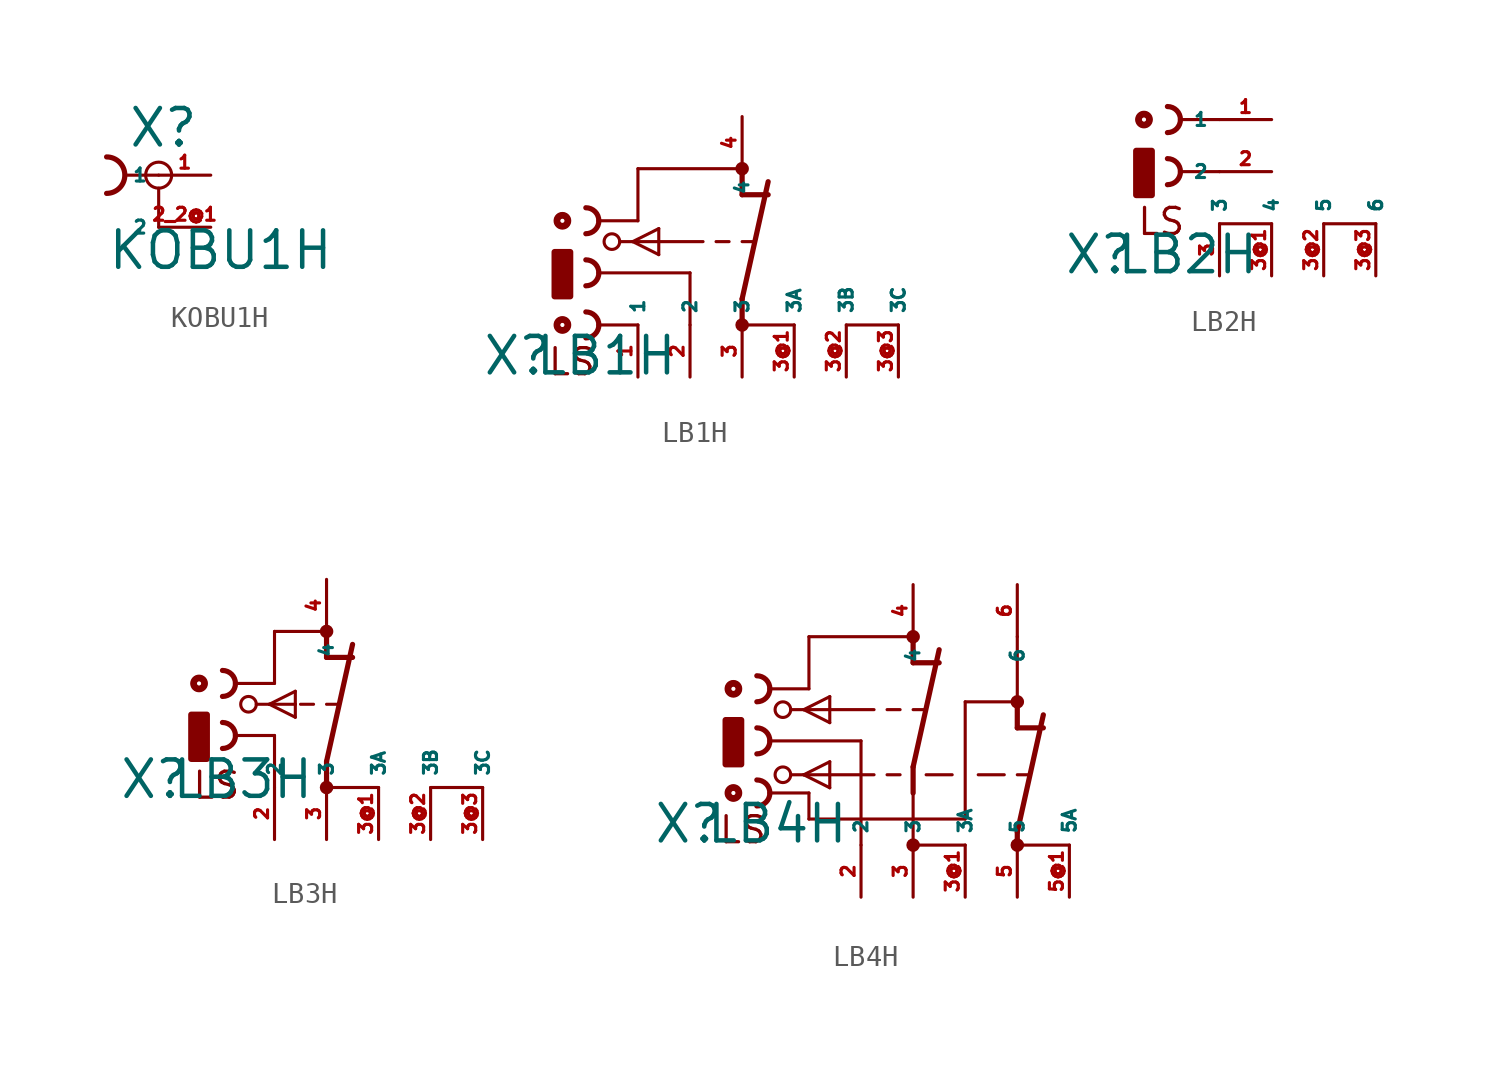
<source format=kicad_sym>
(kicad_symbol_lib
  (version 20220914)
  (generator Eagle2Kicad)
  (symbol "KOBU1H"
    (property "Reference" "X"
      (at -1.524 1.27 0)
      (effects (font (size 1.778 1.778) (thickness 0.22)) (justify left bottom)))
    (property "Value" "KOBU1H"
      (at -2.54 -4.699 0)
      (effects (font (size 1.778 1.778) (thickness 0.22)) (justify left bottom)))
    (arc
      (start -2.54 -0.889)
      (mid -1.651 0.000)
      (end -2.54 0.889)
      (stroke (width 0.254) (type default))
      (fill (type none)))
    (polyline
      (pts (xy 0 -2.54) (xy 0 -0.635))
      (stroke (width 0.152) (type default))
      (fill (type none)))
    (polyline
      (pts (xy -1.524 0) (xy 0 0))
      (stroke (width 0.152) (type default))
      (fill (type none)))
    (circle
      (center 0 0)
      (radius 0.635)
      (stroke (width 0.152) (type default))
      (fill (type none)))
    (pin passive line
      (at 2.54 0 180)
      (length 2.54)
      (name "1" (effects (font (size 0.635 0.635) (thickness 0.08)) (justify left bottom)))
      (number "1" (effects (font (size 0.635 0.635) (thickness 0.08)) (justify left bottom))))
    (pin passive line
      (at 2.54 -2.54 180)
      (length 2.54)
      (name "2" (effects (font (size 0.635 0.635) (thickness 0.08)) (justify left bottom)))
      (number "2 2@1" (effects (font (size 0.635 0.635) (thickness 0.08)) (justify left bottom)))))
  (symbol "LB1H"
    (property "Reference" "X"
      (at -5.08 -5.08 0)
      (effects (font (size 1.778 1.778) (thickness 0.22)) (justify left bottom)))
    (property "Value" "LB1H"
      (at -2.54 -5.08 0)
      (effects (font (size 1.778 1.778) (thickness 0.22)) (justify left bottom)))
    (polyline
      (pts (xy 7.62 -2.54) (xy 7.62 -1.27))
      (stroke (width 0.254) (type default))
      (fill (type none)))
    (polyline
      (pts (xy 7.62 -1.27) (xy 8.89 4.445))
      (stroke (width 0.254) (type default))
      (fill (type none)))
    (polyline
      (pts (xy 7.62 3.81) (xy 8.89 3.81))
      (stroke (width 0.254) (type default))
      (fill (type none)))
    (polyline
      (pts (xy 7.62 3.81) (xy 7.62 5.08))
      (stroke (width 0.254) (type default))
      (fill (type none)))
    (polyline
      (pts (xy 7.62 1.524) (xy 8.255 1.524))
      (stroke (width 0.152) (type default))
      (fill (type none)))
    (polyline
      (pts (xy 3.556 1.524) (xy 5.715 1.524))
      (stroke (width 0.152) (type default))
      (fill (type none)))
    (polyline
      (pts (xy 1.651 1.524) (xy 2.286 1.524))
      (stroke (width 0.152) (type default))
      (fill (type none)))
    (polyline
      (pts (xy 2.286 1.524) (xy 3.556 2.159))
      (stroke (width 0.152) (type default))
      (fill (type none)))
    (polyline
      (pts (xy 3.556 2.159) (xy 3.556 1.524))
      (stroke (width 0.152) (type default))
      (fill (type none)))
    (polyline
      (pts (xy 3.556 0.889) (xy 2.286 1.524))
      (stroke (width 0.152) (type default))
      (fill (type none)))
    (polyline
      (pts (xy 2.286 1.524) (xy 3.556 1.524))
      (stroke (width 0.152) (type default))
      (fill (type none)))
    (polyline
      (pts (xy 3.556 1.524) (xy 3.556 0.889))
      (stroke (width 0.152) (type default))
      (fill (type none)))
    (arc
      (start 0.635 0)
      (mid 0.449 0.449)
      (end 0 0.635)
      (stroke (width 0.254) (type default))
      (fill (type none)))
    (arc
      (start 0 -0.635)
      (mid 0.449 -0.449)
      (end 0.635 0)
      (stroke (width 0.254) (type default))
      (fill (type none)))
    (polyline
      (pts (xy 6.35 1.524) (xy 6.985 1.524))
      (stroke (width 0.152) (type default))
      (fill (type none)))
    (arc
      (start 0.635 -2.54)
      (mid 0.449 -2.091)
      (end 0 -1.905)
      (stroke (width 0.254) (type default))
      (fill (type none)))
    (arc
      (start 0 -3.175)
      (mid 0.449 -2.989)
      (end 0.635 -2.54)
      (stroke (width 0.254) (type default))
      (fill (type none)))
    (arc
      (start 0.635 2.54)
      (mid 0.449 2.989)
      (end 0 3.175)
      (stroke (width 0.254) (type default))
      (fill (type none)))
    (arc
      (start 0 1.905)
      (mid 0.449 2.091)
      (end 0.635 2.54)
      (stroke (width 0.254) (type default))
      (fill (type none)))
    (polyline
      (pts (xy 0.635 2.54) (xy 2.54 2.54))
      (stroke (width 0.152) (type default))
      (fill (type none)))
    (polyline
      (pts (xy 0.635 0) (xy 5.08 0))
      (stroke (width 0.152) (type default))
      (fill (type none)))
    (polyline
      (pts (xy 0.635 -2.54) (xy 2.54 -2.54))
      (stroke (width 0.152) (type default))
      (fill (type none)))
    (polyline
      (pts (xy 5.08 0) (xy 5.08 -2.54))
      (stroke (width 0.152) (type default))
      (fill (type none)))
    (polyline
      (pts (xy 2.54 2.54) (xy 2.54 5.08))
      (stroke (width 0.152) (type default))
      (fill (type none)))
    (polyline
      (pts (xy 2.54 5.08) (xy 7.62 5.08))
      (stroke (width 0.152) (type default))
      (fill (type none)))
    (polyline
      (pts (xy 15.24 -2.54) (xy 12.7 -2.54))
      (stroke (width 0.152) (type default))
      (fill (type none)))
    (polyline
      (pts (xy 10.16 -2.54) (xy 7.62 -2.54))
      (stroke (width 0.152) (type default))
      (fill (type none)))
    (text "LS"
      (at -1.905 -5.08 0)
      (effects (font (size 1.27 1.27) (thickness 0.16)) (justify left bottom)))
    (circle
      (center 1.27 1.524)
      (radius 0.381)
      (stroke (width 0.152) (type default))
      (fill (type none)))
    (circle
      (center 7.62 5.08)
      (radius 0.178)
      (stroke (width 0.305) (type default))
      (fill (type none)))
    (circle
      (center -1.143 2.54)
      (radius 0.127)
      (stroke (width 0.305) (type default))
      (fill (type none)))
    (circle
      (center -1.143 -2.54)
      (radius 0.127)
      (stroke (width 0.305) (type default))
      (fill (type none)))
    (circle
      (center -1.143 2.54)
      (radius 0.254)
      (stroke (width 0.305) (type default))
      (fill (type none)))
    (circle
      (center -1.143 -2.54)
      (radius 0.254)
      (stroke (width 0.305) (type default))
      (fill (type none)))
    (circle
      (center 7.62 -2.54)
      (radius 0.178)
      (stroke (width 0.305) (type default))
      (fill (type none)))
    (rectangle
      (start -1.524 -1.143)
      (end -0.762 1.016)
      (stroke (width 0.3) (type default))
      (fill (type outline)))
    (pin passive line
      (at 7.62 -5.08 90)
      (length 2.54)
      (name "3" (effects (font (size 0.635 0.635) (thickness 0.08)) (justify left bottom)))
      (number "3" (effects (font (size 0.635 0.635) (thickness 0.08)) (justify left bottom))))
    (pin passive line
      (at 7.62 7.62 270)
      (length 2.54)
      (name "4" (effects (font (size 0.635 0.635) (thickness 0.08)) (justify left bottom)))
      (number "4" (effects (font (size 0.635 0.635) (thickness 0.08)) (justify left bottom))))
    (pin passive line
      (at 2.54 -5.08 90)
      (length 2.54)
      (name "1" (effects (font (size 0.635 0.635) (thickness 0.08)) (justify left bottom)))
      (number "1" (effects (font (size 0.635 0.635) (thickness 0.08)) (justify left bottom))))
    (pin passive line
      (at 5.08 -5.08 90)
      (length 2.54)
      (name "2" (effects (font (size 0.635 0.635) (thickness 0.08)) (justify left bottom)))
      (number "2" (effects (font (size 0.635 0.635) (thickness 0.08)) (justify left bottom))))
    (pin passive line
      (at 10.16 -5.08 90)
      (length 2.54)
      (name "3A" (effects (font (size 0.635 0.635) (thickness 0.08)) (justify left bottom)))
      (number "3@1" (effects (font (size 0.635 0.635) (thickness 0.08)) (justify left bottom))))
    (pin passive line
      (at 12.7 -5.08 90)
      (length 2.54)
      (name "3B" (effects (font (size 0.635 0.635) (thickness 0.08)) (justify left bottom)))
      (number "3@2" (effects (font (size 0.635 0.635) (thickness 0.08)) (justify left bottom))))
    (pin passive line
      (at 15.24 -5.08 90)
      (length 2.54)
      (name "3C" (effects (font (size 0.635 0.635) (thickness 0.08)) (justify left bottom)))
      (number "3@3" (effects (font (size 0.635 0.635) (thickness 0.08)) (justify left bottom)))))
  (symbol "LB2H"
    (property "Reference" "X"
      (at -5.08 -5.08 0)
      (effects (font (size 1.778 1.778) (thickness 0.22)) (justify left bottom)))
    (property "Value" "LB2H"
      (at -2.54 -5.08 0)
      (effects (font (size 1.778 1.778) (thickness 0.22)) (justify left bottom)))
    (arc
      (start 0.635 0)
      (mid 0.449 0.449)
      (end 0 0.635)
      (stroke (width 0.254) (type default))
      (fill (type none)))
    (arc
      (start 0 -0.635)
      (mid 0.449 -0.449)
      (end 0.635 0)
      (stroke (width 0.254) (type default))
      (fill (type none)))
    (arc
      (start 0.635 2.54)
      (mid 0.449 2.989)
      (end 0 3.175)
      (stroke (width 0.254) (type default))
      (fill (type none)))
    (arc
      (start 0 1.905)
      (mid 0.449 2.091)
      (end 0.635 2.54)
      (stroke (width 0.254) (type default))
      (fill (type none)))
    (polyline
      (pts (xy 0.635 0) (xy 2.54 0))
      (stroke (width 0.152) (type default))
      (fill (type none)))
    (polyline
      (pts (xy 0.635 2.54) (xy 2.54 2.54))
      (stroke (width 0.152) (type default))
      (fill (type none)))
    (polyline
      (pts (xy 2.54 -2.54) (xy 5.08 -2.54))
      (stroke (width 0.152) (type default))
      (fill (type none)))
    (polyline
      (pts (xy 7.62 -2.54) (xy 10.16 -2.54))
      (stroke (width 0.152) (type default))
      (fill (type none)))
    (text "LS"
      (at -1.524 -3.175 0)
      (effects (font (size 1.27 1.27) (thickness 0.16)) (justify left bottom)))
    (circle
      (center -1.143 2.54)
      (radius 0.127)
      (stroke (width 0.305) (type default))
      (fill (type none)))
    (circle
      (center -1.143 2.54)
      (radius 0.254)
      (stroke (width 0.305) (type default))
      (fill (type none)))
    (rectangle
      (start -1.524 -1.143)
      (end -0.762 1.016)
      (stroke (width 0.3) (type default))
      (fill (type outline)))
    (pin passive line
      (at 5.08 2.54 180)
      (length 2.54)
      (name "1" (effects (font (size 0.635 0.635) (thickness 0.08)) (justify left bottom)))
      (number "1" (effects (font (size 0.635 0.635) (thickness 0.08)) (justify left bottom))))
    (pin passive line
      (at 5.08 0 180)
      (length 2.54)
      (name "2" (effects (font (size 0.635 0.635) (thickness 0.08)) (justify left bottom)))
      (number "2" (effects (font (size 0.635 0.635) (thickness 0.08)) (justify left bottom))))
    (pin passive line
      (at 2.54 -5.08 90)
      (length 2.54)
      (name "3" (effects (font (size 0.635 0.635) (thickness 0.08)) (justify left bottom)))
      (number "3" (effects (font (size 0.635 0.635) (thickness 0.08)) (justify left bottom))))
    (pin passive line
      (at 5.08 -5.08 90)
      (length 2.54)
      (name "4" (effects (font (size 0.635 0.635) (thickness 0.08)) (justify left bottom)))
      (number "3@1" (effects (font (size 0.635 0.635) (thickness 0.08)) (justify left bottom))))
    (pin passive line
      (at 7.62 -5.08 90)
      (length 2.54)
      (name "5" (effects (font (size 0.635 0.635) (thickness 0.08)) (justify left bottom)))
      (number "3@2" (effects (font (size 0.635 0.635) (thickness 0.08)) (justify left bottom))))
    (pin passive line
      (at 10.16 -5.08 90)
      (length 2.54)
      (name "6" (effects (font (size 0.635 0.635) (thickness 0.08)) (justify left bottom)))
      (number "3@3" (effects (font (size 0.635 0.635) (thickness 0.08)) (justify left bottom)))))
  (symbol "LB3H"
    (property "Reference" "X"
      (at -2.54 -3.175 0)
      (effects (font (size 1.778 1.778) (thickness 0.22)) (justify left bottom)))
    (property "Value" "LB3H"
      (at 0 -3.175 0)
      (effects (font (size 1.778 1.778) (thickness 0.22)) (justify left bottom)))
    (polyline
      (pts (xy 7.62 -2.54) (xy 7.62 -1.27))
      (stroke (width 0.254) (type default))
      (fill (type none)))
    (polyline
      (pts (xy 7.62 -1.27) (xy 8.89 4.445))
      (stroke (width 0.254) (type default))
      (fill (type none)))
    (polyline
      (pts (xy 7.62 3.81) (xy 8.89 3.81))
      (stroke (width 0.254) (type default))
      (fill (type none)))
    (polyline
      (pts (xy 7.62 3.81) (xy 7.62 5.08))
      (stroke (width 0.254) (type default))
      (fill (type none)))
    (polyline
      (pts (xy 7.62 1.524) (xy 8.255 1.524))
      (stroke (width 0.152) (type default))
      (fill (type none)))
    (polyline
      (pts (xy 4.191 1.524) (xy 4.826 1.524))
      (stroke (width 0.152) (type default))
      (fill (type none)))
    (polyline
      (pts (xy 4.826 1.524) (xy 6.096 2.159))
      (stroke (width 0.152) (type default))
      (fill (type none)))
    (polyline
      (pts (xy 6.096 2.159) (xy 6.096 1.524))
      (stroke (width 0.152) (type default))
      (fill (type none)))
    (polyline
      (pts (xy 6.096 0.889) (xy 4.826 1.524))
      (stroke (width 0.152) (type default))
      (fill (type none)))
    (polyline
      (pts (xy 4.826 1.524) (xy 6.096 1.524))
      (stroke (width 0.152) (type default))
      (fill (type none)))
    (polyline
      (pts (xy 6.096 1.524) (xy 6.096 0.889))
      (stroke (width 0.152) (type default))
      (fill (type none)))
    (arc
      (start 3.175 0)
      (mid 2.989 0.449)
      (end 2.54 0.635)
      (stroke (width 0.254) (type default))
      (fill (type none)))
    (arc
      (start 2.54 -0.635)
      (mid 2.989 -0.449)
      (end 3.175 0)
      (stroke (width 0.254) (type default))
      (fill (type none)))
    (polyline
      (pts (xy 6.35 1.524) (xy 6.985 1.524))
      (stroke (width 0.152) (type default))
      (fill (type none)))
    (arc
      (start 3.175 2.54)
      (mid 2.989 2.989)
      (end 2.54 3.175)
      (stroke (width 0.254) (type default))
      (fill (type none)))
    (arc
      (start 2.54 1.905)
      (mid 2.989 2.091)
      (end 3.175 2.54)
      (stroke (width 0.254) (type default))
      (fill (type none)))
    (polyline
      (pts (xy 3.175 2.54) (xy 5.08 2.54))
      (stroke (width 0.152) (type default))
      (fill (type none)))
    (polyline
      (pts (xy 3.175 0) (xy 5.08 0))
      (stroke (width 0.152) (type default))
      (fill (type none)))
    (polyline
      (pts (xy 5.08 0) (xy 5.08 -2.54))
      (stroke (width 0.152) (type default))
      (fill (type none)))
    (polyline
      (pts (xy 5.08 2.54) (xy 5.08 5.08))
      (stroke (width 0.152) (type default))
      (fill (type none)))
    (polyline
      (pts (xy 5.08 5.08) (xy 7.62 5.08))
      (stroke (width 0.152) (type default))
      (fill (type none)))
    (polyline
      (pts (xy 10.16 -2.54) (xy 7.62 -2.54))
      (stroke (width 0.152) (type default))
      (fill (type none)))
    (polyline
      (pts (xy 15.24 -2.54) (xy 12.7 -2.54))
      (stroke (width 0.152) (type default))
      (fill (type none)))
    (text "LS"
      (at 1.016 -3.175 0)
      (effects (font (size 1.27 1.27) (thickness 0.16)) (justify left bottom)))
    (circle
      (center 3.81 1.524)
      (radius 0.381)
      (stroke (width 0.152) (type default))
      (fill (type none)))
    (circle
      (center 7.62 5.08)
      (radius 0.178)
      (stroke (width 0.305) (type default))
      (fill (type none)))
    (circle
      (center 1.397 2.54)
      (radius 0.127)
      (stroke (width 0.305) (type default))
      (fill (type none)))
    (circle
      (center 1.397 2.54)
      (radius 0.254)
      (stroke (width 0.305) (type default))
      (fill (type none)))
    (circle
      (center 7.62 -2.54)
      (radius 0.178)
      (stroke (width 0.305) (type default))
      (fill (type none)))
    (rectangle
      (start 1.016 -1.143)
      (end 1.778 1.016)
      (stroke (width 0.3) (type default))
      (fill (type outline)))
    (pin passive line
      (at 7.62 -5.08 90)
      (length 2.54)
      (name "3" (effects (font (size 0.635 0.635) (thickness 0.08)) (justify left bottom)))
      (number "3" (effects (font (size 0.635 0.635) (thickness 0.08)) (justify left bottom))))
    (pin passive line
      (at 7.62 7.62 270)
      (length 2.54)
      (name "4" (effects (font (size 0.635 0.635) (thickness 0.08)) (justify left bottom)))
      (number "4" (effects (font (size 0.635 0.635) (thickness 0.08)) (justify left bottom))))
    (pin passive line
      (at 5.08 -5.08 90)
      (length 2.54)
      (name "2" (effects (font (size 0.635 0.635) (thickness 0.08)) (justify left bottom)))
      (number "2" (effects (font (size 0.635 0.635) (thickness 0.08)) (justify left bottom))))
    (pin passive line
      (at 10.16 -5.08 90)
      (length 2.54)
      (name "3A" (effects (font (size 0.635 0.635) (thickness 0.08)) (justify left bottom)))
      (number "3@1" (effects (font (size 0.635 0.635) (thickness 0.08)) (justify left bottom))))
    (pin passive line
      (at 12.7 -5.08 90)
      (length 2.54)
      (name "3B" (effects (font (size 0.635 0.635) (thickness 0.08)) (justify left bottom)))
      (number "3@2" (effects (font (size 0.635 0.635) (thickness 0.08)) (justify left bottom))))
    (pin passive line
      (at 15.24 -5.08 90)
      (length 2.54)
      (name "3C" (effects (font (size 0.635 0.635) (thickness 0.08)) (justify left bottom)))
      (number "3@3" (effects (font (size 0.635 0.635) (thickness 0.08)) (justify left bottom)))))
  (symbol "LB4H"
    (property "Reference" "X"
      (at -5.08 -5.08 0)
      (effects (font (size 1.778 1.778) (thickness 0.22)) (justify left bottom)))
    (property "Value" "LB4H"
      (at -2.54 -5.08 0)
      (effects (font (size 1.778 1.778) (thickness 0.22)) (justify left bottom)))
    (polyline
      (pts (xy 7.62 -2.54) (xy 7.62 -1.27))
      (stroke (width 0.254) (type default))
      (fill (type none)))
    (polyline
      (pts (xy 7.62 -1.27) (xy 8.89 4.445))
      (stroke (width 0.254) (type default))
      (fill (type none)))
    (polyline
      (pts (xy 7.62 3.81) (xy 8.89 3.81))
      (stroke (width 0.254) (type default))
      (fill (type none)))
    (polyline
      (pts (xy 7.62 3.81) (xy 7.62 5.08))
      (stroke (width 0.254) (type default))
      (fill (type none)))
    (polyline
      (pts (xy 7.62 1.524) (xy 8.255 1.524))
      (stroke (width 0.152) (type default))
      (fill (type none)))
    (polyline
      (pts (xy 3.556 1.524) (xy 5.715 1.524))
      (stroke (width 0.152) (type default))
      (fill (type none)))
    (polyline
      (pts (xy 1.651 1.524) (xy 2.286 1.524))
      (stroke (width 0.152) (type default))
      (fill (type none)))
    (polyline
      (pts (xy 2.286 1.524) (xy 3.556 2.159))
      (stroke (width 0.152) (type default))
      (fill (type none)))
    (polyline
      (pts (xy 3.556 2.159) (xy 3.556 1.524))
      (stroke (width 0.152) (type default))
      (fill (type none)))
    (polyline
      (pts (xy 3.556 0.889) (xy 2.286 1.524))
      (stroke (width 0.152) (type default))
      (fill (type none)))
    (polyline
      (pts (xy 2.286 1.524) (xy 3.556 1.524))
      (stroke (width 0.152) (type default))
      (fill (type none)))
    (polyline
      (pts (xy 3.556 1.524) (xy 3.556 0.889))
      (stroke (width 0.152) (type default))
      (fill (type none)))
    (arc
      (start 0.635 0)
      (mid 0.449 0.449)
      (end 0 0.635)
      (stroke (width 0.254) (type default))
      (fill (type none)))
    (arc
      (start 0 -0.635)
      (mid 0.449 -0.449)
      (end 0.635 0)
      (stroke (width 0.254) (type default))
      (fill (type none)))
    (polyline
      (pts (xy 6.35 1.524) (xy 6.985 1.524))
      (stroke (width 0.152) (type default))
      (fill (type none)))
    (arc
      (start 0.635 -2.54)
      (mid 0.449 -2.091)
      (end 0 -1.905)
      (stroke (width 0.254) (type default))
      (fill (type none)))
    (arc
      (start 0 -3.175)
      (mid 0.449 -2.989)
      (end 0.635 -2.54)
      (stroke (width 0.254) (type default))
      (fill (type none)))
    (arc
      (start 0.635 2.54)
      (mid 0.449 2.989)
      (end 0 3.175)
      (stroke (width 0.254) (type default))
      (fill (type none)))
    (arc
      (start 0 1.905)
      (mid 0.449 2.091)
      (end 0.635 2.54)
      (stroke (width 0.254) (type default))
      (fill (type none)))
    (polyline
      (pts (xy 0.635 2.54) (xy 2.54 2.54))
      (stroke (width 0.152) (type default))
      (fill (type none)))
    (polyline
      (pts (xy 0.635 0) (xy 5.08 0))
      (stroke (width 0.152) (type default))
      (fill (type none)))
    (polyline
      (pts (xy 0.635 -2.54) (xy 2.54 -2.54))
      (stroke (width 0.152) (type default))
      (fill (type none)))
    (polyline
      (pts (xy 2.54 2.54) (xy 2.54 5.08))
      (stroke (width 0.152) (type default))
      (fill (type none)))
    (polyline
      (pts (xy 2.54 5.08) (xy 7.62 5.08))
      (stroke (width 0.152) (type default))
      (fill (type none)))
    (polyline
      (pts (xy 12.7 -5.08) (xy 12.7 -4.445))
      (stroke (width 0.254) (type default))
      (fill (type none)))
    (polyline
      (pts (xy 12.7 -4.445) (xy 13.97 1.27))
      (stroke (width 0.254) (type default))
      (fill (type none)))
    (polyline
      (pts (xy 12.7 0.635) (xy 13.97 0.635))
      (stroke (width 0.254) (type default))
      (fill (type none)))
    (polyline
      (pts (xy 12.7 0.635) (xy 12.7 1.905))
      (stroke (width 0.254) (type default))
      (fill (type none)))
    (polyline
      (pts (xy 12.7 -1.651) (xy 13.335 -1.651))
      (stroke (width 0.152) (type default))
      (fill (type none)))
    (polyline
      (pts (xy 10.795 -1.651) (xy 12.065 -1.651))
      (stroke (width 0.152) (type default))
      (fill (type none)))
    (polyline
      (pts (xy 10.16 1.905) (xy 12.7 1.905))
      (stroke (width 0.152) (type default))
      (fill (type none)))
    (polyline
      (pts (xy 3.556 -1.651) (xy 5.715 -1.651))
      (stroke (width 0.152) (type default))
      (fill (type none)))
    (polyline
      (pts (xy 1.651 -1.651) (xy 2.286 -1.651))
      (stroke (width 0.152) (type default))
      (fill (type none)))
    (polyline
      (pts (xy 2.286 -1.651) (xy 3.556 -1.016))
      (stroke (width 0.152) (type default))
      (fill (type none)))
    (polyline
      (pts (xy 3.556 -1.016) (xy 3.556 -1.651))
      (stroke (width 0.152) (type default))
      (fill (type none)))
    (polyline
      (pts (xy 3.556 -2.286) (xy 2.286 -1.651))
      (stroke (width 0.152) (type default))
      (fill (type none)))
    (polyline
      (pts (xy 2.286 -1.651) (xy 3.556 -1.651))
      (stroke (width 0.152) (type default))
      (fill (type none)))
    (polyline
      (pts (xy 3.556 -1.651) (xy 3.556 -2.286))
      (stroke (width 0.152) (type default))
      (fill (type none)))
    (polyline
      (pts (xy 5.08 0) (xy 5.08 -5.08))
      (stroke (width 0.152) (type default))
      (fill (type none)))
    (polyline
      (pts (xy 7.62 -5.08) (xy 7.62 -2.54))
      (stroke (width 0.152) (type default))
      (fill (type none)))
    (polyline
      (pts (xy 6.35 -1.651) (xy 6.985 -1.651))
      (stroke (width 0.152) (type default))
      (fill (type none)))
    (polyline
      (pts (xy 8.255 -1.651) (xy 9.525 -1.651))
      (stroke (width 0.152) (type default))
      (fill (type none)))
    (polyline
      (pts (xy 10.16 1.905) (xy 10.16 -3.81))
      (stroke (width 0.152) (type default))
      (fill (type none)))
    (polyline
      (pts (xy 10.16 -3.81) (xy 2.54 -3.81))
      (stroke (width 0.152) (type default))
      (fill (type none)))
    (polyline
      (pts (xy 2.54 -3.81) (xy 2.54 -2.54))
      (stroke (width 0.152) (type default))
      (fill (type none)))
    (polyline
      (pts (xy 12.7 1.905) (xy 12.7 5.08))
      (stroke (width 0.152) (type default))
      (fill (type none)))
    (polyline
      (pts (xy 15.24 -5.08) (xy 12.7 -5.08))
      (stroke (width 0.152) (type default))
      (fill (type none)))
    (polyline
      (pts (xy 10.16 -5.08) (xy 7.62 -5.08))
      (stroke (width 0.152) (type default))
      (fill (type none)))
    (text "LS"
      (at -1.905 -5.08 0)
      (effects (font (size 1.27 1.27) (thickness 0.16)) (justify left bottom)))
    (circle
      (center 1.27 1.524)
      (radius 0.381)
      (stroke (width 0.152) (type default))
      (fill (type none)))
    (circle
      (center 7.62 5.08)
      (radius 0.178)
      (stroke (width 0.305) (type default))
      (fill (type none)))
    (circle
      (center -1.143 2.54)
      (radius 0.127)
      (stroke (width 0.305) (type default))
      (fill (type none)))
    (circle
      (center -1.143 -2.54)
      (radius 0.127)
      (stroke (width 0.305) (type default))
      (fill (type none)))
    (circle
      (center -1.143 2.54)
      (radius 0.254)
      (stroke (width 0.305) (type default))
      (fill (type none)))
    (circle
      (center -1.143 -2.54)
      (radius 0.254)
      (stroke (width 0.305) (type default))
      (fill (type none)))
    (circle
      (center 12.7 1.905)
      (radius 0.178)
      (stroke (width 0.305) (type default))
      (fill (type none)))
    (circle
      (center 1.27 -1.651)
      (radius 0.381)
      (stroke (width 0.152) (type default))
      (fill (type none)))
    (circle
      (center 7.62 -5.08)
      (radius 0.178)
      (stroke (width 0.305) (type default))
      (fill (type none)))
    (circle
      (center 12.7 -5.08)
      (radius 0.178)
      (stroke (width 0.305) (type default))
      (fill (type none)))
    (rectangle
      (start -1.524 -1.143)
      (end -0.762 1.016)
      (stroke (width 0.3) (type default))
      (fill (type outline)))
    (pin passive line
      (at 7.62 -7.62 90)
      (length 2.54)
      (name "3" (effects (font (size 0.635 0.635) (thickness 0.08)) (justify left bottom)))
      (number "3" (effects (font (size 0.635 0.635) (thickness 0.08)) (justify left bottom))))
    (pin passive line
      (at 7.62 7.62 270)
      (length 2.54)
      (name "4" (effects (font (size 0.635 0.635) (thickness 0.08)) (justify left bottom)))
      (number "4" (effects (font (size 0.635 0.635) (thickness 0.08)) (justify left bottom))))
    (pin passive line
      (at 5.08 -7.62 90)
      (length 2.54)
      (name "2" (effects (font (size 0.635 0.635) (thickness 0.08)) (justify left bottom)))
      (number "2" (effects (font (size 0.635 0.635) (thickness 0.08)) (justify left bottom))))
    (pin passive line
      (at 12.7 -7.62 90)
      (length 2.54)
      (name "5" (effects (font (size 0.635 0.635) (thickness 0.08)) (justify left bottom)))
      (number "5" (effects (font (size 0.635 0.635) (thickness 0.08)) (justify left bottom))))
    (pin passive line
      (at 12.7 7.62 270)
      (length 2.54)
      (name "6" (effects (font (size 0.635 0.635) (thickness 0.08)) (justify left bottom)))
      (number "6" (effects (font (size 0.635 0.635) (thickness 0.08)) (justify left bottom))))
    (pin passive line
      (at 10.16 -7.62 90)
      (length 2.54)
      (name "3A" (effects (font (size 0.635 0.635) (thickness 0.08)) (justify left bottom)))
      (number "3@1" (effects (font (size 0.635 0.635) (thickness 0.08)) (justify left bottom))))
    (pin passive line
      (at 15.24 -7.62 90)
      (length 2.54)
      (name "5A" (effects (font (size 0.635 0.635) (thickness 0.08)) (justify left bottom)))
      (number "5@1" (effects (font (size 0.635 0.635) (thickness 0.08)) (justify left bottom))))))
</source>
